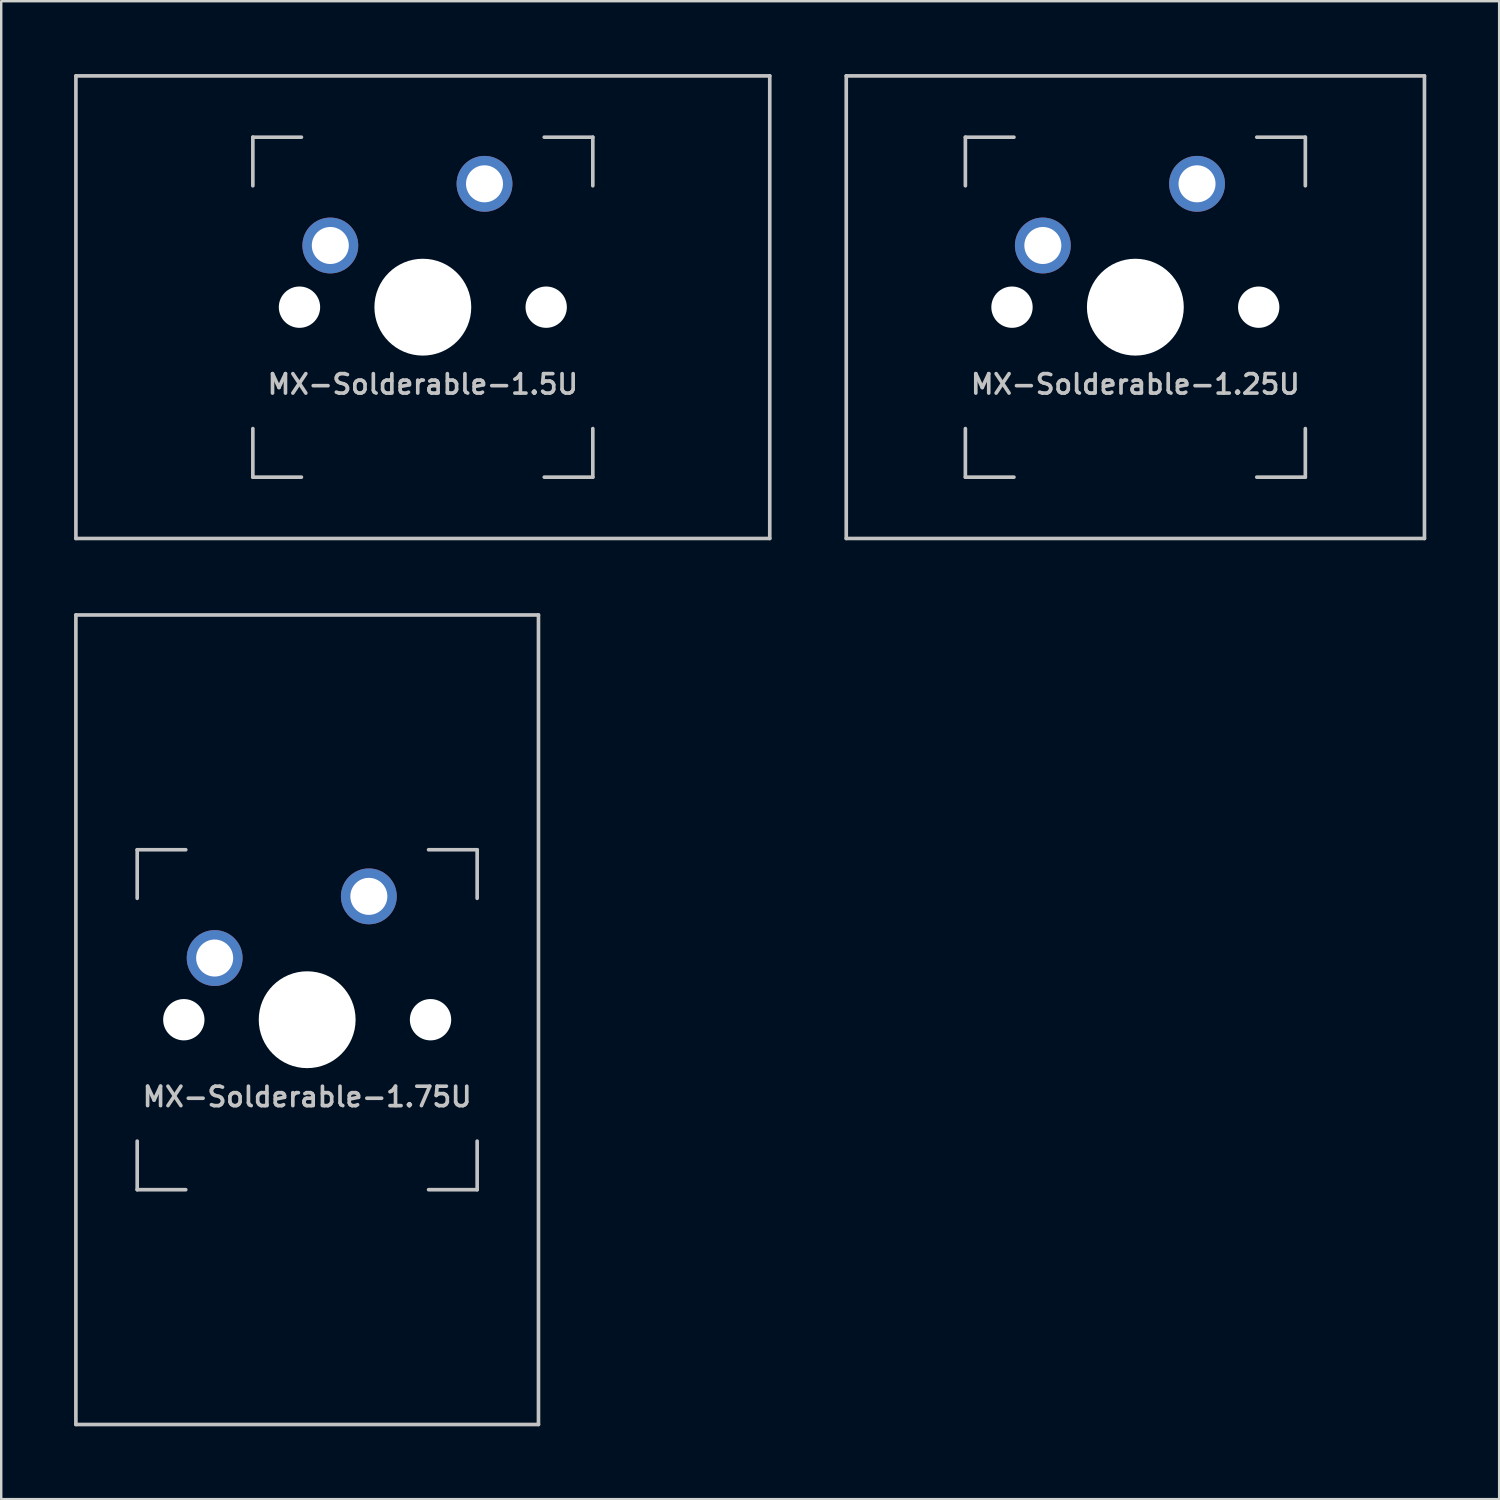
<source format=kicad_pcb>
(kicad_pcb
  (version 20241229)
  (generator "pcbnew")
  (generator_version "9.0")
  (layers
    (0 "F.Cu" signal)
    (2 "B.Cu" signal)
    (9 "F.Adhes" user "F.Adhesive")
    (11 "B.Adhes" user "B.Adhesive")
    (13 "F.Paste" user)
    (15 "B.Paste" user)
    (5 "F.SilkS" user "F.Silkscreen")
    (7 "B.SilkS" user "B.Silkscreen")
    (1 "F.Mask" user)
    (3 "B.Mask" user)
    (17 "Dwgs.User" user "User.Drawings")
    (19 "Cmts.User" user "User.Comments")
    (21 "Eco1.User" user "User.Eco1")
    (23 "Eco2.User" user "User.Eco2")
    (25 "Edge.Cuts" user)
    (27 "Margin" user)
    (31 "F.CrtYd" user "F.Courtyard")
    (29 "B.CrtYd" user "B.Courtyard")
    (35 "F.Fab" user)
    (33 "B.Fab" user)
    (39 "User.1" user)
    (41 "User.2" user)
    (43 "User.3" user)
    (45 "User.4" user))
  (footprint "MX-Solderable-1.5U"
    (layer "F.Cu")
    (at 14.363 9.6)
    (property "Reference" "MX-Solderable-1.5U" (at 0 3.175 0) (layer "Dwgs.User") (effects (font (size 0.8 0.8) (thickness 0.15))))
    (attr through_hole)
    (fp_line (start -14.287 9.525) (end -14.287 -9.525) (stroke (width 0.15) (type solid)) (layer "Dwgs.User"))
    (fp_line (start -7 -7) (end -7 -5) (stroke (width 0.15) (type solid)) (layer "Dwgs.User"))
    (fp_line (start -7 5) (end -7 7) (stroke (width 0.15) (type solid)) (layer "Dwgs.User"))
    (fp_line (start -7 7) (end -5 7) (stroke (width 0.15) (type solid)) (layer "Dwgs.User"))
    (fp_line (start -5 -7) (end -7 -7) (stroke (width 0.15) (type solid)) (layer "Dwgs.User"))
    (fp_line (start 5 -7) (end 7 -7) (stroke (width 0.15) (type solid)) (layer "Dwgs.User"))
    (fp_line (start 5 7) (end 7 7) (stroke (width 0.15) (type solid)) (layer "Dwgs.User"))
    (fp_line (start 7 -7) (end 7 -5) (stroke (width 0.15) (type solid)) (layer "Dwgs.User"))
    (fp_line (start 7 7) (end 7 5) (stroke (width 0.15) (type solid)) (layer "Dwgs.User"))
    (fp_line (start 14.287 -9.525) (end -14.287 -9.525) (stroke (width 0.15) (type solid)) (layer "Dwgs.User"))
    (fp_line (start 14.287 9.525) (end -14.287 9.525) (stroke (width 0.15) (type solid)) (layer "Dwgs.User"))
    (fp_line (start 14.287 9.525) (end 14.287 -9.525) (stroke (width 0.15) (type solid)) (layer "Dwgs.User"))
    (pad "" np_thru_hole circle (at -5.08 0 48.099) (size 1.702 1.702) (drill 1.702) (layers "*.Cu" "*.Mask"))
    (pad "" np_thru_hole circle (at 0 0) (size 3.988 3.988) (drill 3.988) (layers "*.Cu" "*.Mask"))
    (pad "" np_thru_hole circle (at 5.08 0 48.099) (size 1.702 1.702) (drill 1.702) (layers "*.Cu" "*.Mask"))
    (pad "1" thru_hole circle (at -3.81 -2.54) (size 2.3 2.3) (drill 1.524) (layers "*.Cu" "B.Mask"))
    (pad "2" thru_hole circle (at 2.54 -5.08) (size 2.3 2.3) (drill 1.524) (layers "*.Cu" "B.Mask")))
  (footprint "MX-Solderable-1.25U"
    (layer "F.Cu")
    (at 43.706 9.6)
    (property "Reference" "MX-Solderable-1.25U" (at 0 3.175 0) (layer "Dwgs.User") (effects (font (size 0.8 0.8) (thickness 0.15))))
    (attr through_hole)
    (fp_line (start -11.906 9.525) (end -11.906 -9.525) (stroke (width 0.15) (type solid)) (layer "Dwgs.User"))
    (fp_line (start -7 -7) (end -7 -5) (stroke (width 0.15) (type solid)) (layer "Dwgs.User"))
    (fp_line (start -7 5) (end -7 7) (stroke (width 0.15) (type solid)) (layer "Dwgs.User"))
    (fp_line (start -7 7) (end -5 7) (stroke (width 0.15) (type solid)) (layer "Dwgs.User"))
    (fp_line (start -5 -7) (end -7 -7) (stroke (width 0.15) (type solid)) (layer "Dwgs.User"))
    (fp_line (start 5 -7) (end 7 -7) (stroke (width 0.15) (type solid)) (layer "Dwgs.User"))
    (fp_line (start 5 7) (end 7 7) (stroke (width 0.15) (type solid)) (layer "Dwgs.User"))
    (fp_line (start 7 -7) (end 7 -5) (stroke (width 0.15) (type solid)) (layer "Dwgs.User"))
    (fp_line (start 7 7) (end 7 5) (stroke (width 0.15) (type solid)) (layer "Dwgs.User"))
    (fp_line (start 11.906 -9.525) (end -11.906 -9.525) (stroke (width 0.15) (type solid)) (layer "Dwgs.User"))
    (fp_line (start 11.906 9.525) (end -11.906 9.525) (stroke (width 0.15) (type solid)) (layer "Dwgs.User"))
    (fp_line (start 11.906 9.525) (end 11.906 -9.525) (stroke (width 0.15) (type solid)) (layer "Dwgs.User"))
    (pad "" np_thru_hole circle (at -5.08 0 48.099) (size 1.702 1.702) (drill 1.702) (layers "*.Cu" "*.Mask"))
    (pad "" np_thru_hole circle (at 0 0) (size 3.988 3.988) (drill 3.988) (layers "*.Cu" "*.Mask"))
    (pad "" np_thru_hole circle (at 5.08 0 48.099) (size 1.702 1.702) (drill 1.702) (layers "*.Cu" "*.Mask"))
    (pad "1" thru_hole circle (at -3.81 -2.54) (size 2.3 2.3) (drill 1.524) (layers "*.Cu" "B.Mask"))
    (pad "2" thru_hole circle (at 2.54 -5.08) (size 2.3 2.3) (drill 1.524) (layers "*.Cu" "B.Mask")))
  (footprint "MX-Solderable-1.75U"
    (layer "F.Cu")
    (at 9.6 38.944)
    (property "Reference" "MX-Solderable-1.75U" (at 0 3.175 0) (layer "Dwgs.User") (effects (font (size 0.8 0.8) (thickness 0.15))))
    (attr through_hole)
    (fp_line (start -9.525 -16.669) (end -9.525 16.669) (stroke (width 0.15) (type solid)) (layer "Dwgs.User"))
    (fp_line (start -7 -7) (end -7 -5) (stroke (width 0.15) (type solid)) (layer "Dwgs.User"))
    (fp_line (start -7 5) (end -7 7) (stroke (width 0.15) (type solid)) (layer "Dwgs.User"))
    (fp_line (start -7 7) (end -5 7) (stroke (width 0.15) (type solid)) (layer "Dwgs.User"))
    (fp_line (start -5 -7) (end -7 -7) (stroke (width 0.15) (type solid)) (layer "Dwgs.User"))
    (fp_line (start 5 -7) (end 7 -7) (stroke (width 0.15) (type solid)) (layer "Dwgs.User"))
    (fp_line (start 5 7) (end 7 7) (stroke (width 0.15) (type solid)) (layer "Dwgs.User"))
    (fp_line (start 7 -7) (end 7 -5) (stroke (width 0.15) (type solid)) (layer "Dwgs.User"))
    (fp_line (start 7 7) (end 7 5) (stroke (width 0.15) (type solid)) (layer "Dwgs.User"))
    (fp_line (start 9.525 -16.669) (end -9.525 -16.669) (stroke (width 0.15) (type solid)) (layer "Dwgs.User"))
    (fp_line (start 9.525 -16.669) (end 9.525 16.669) (stroke (width 0.15) (type solid)) (layer "Dwgs.User"))
    (fp_line (start 9.525 16.669) (end -9.525 16.669) (stroke (width 0.15) (type solid)) (layer "Dwgs.User"))
    (pad "" np_thru_hole circle (at -5.08 0 48.099) (size 1.702 1.702) (drill 1.702) (layers "*.Cu" "*.Mask"))
    (pad "" np_thru_hole circle (at 0 0) (size 3.988 3.988) (drill 3.988) (layers "*.Cu" "*.Mask"))
    (pad "" np_thru_hole circle (at 5.08 0 48.099) (size 1.702 1.702) (drill 1.702) (layers "*.Cu" "*.Mask"))
    (pad "1" thru_hole circle (at -3.81 -2.54) (size 2.3 2.3) (drill 1.524) (layers "*.Cu" "B.Mask"))
    (pad "2" thru_hole circle (at 2.54 -5.08) (size 2.3 2.3) (drill 1.524) (layers "*.Cu" "B.Mask")))
  (gr_rect
    (start -3 -3)
    (end 58.688 58.688)
    (stroke (width 0.1) (type default))
    (fill no)
    (layer "Edge.Cuts")))
</source>
